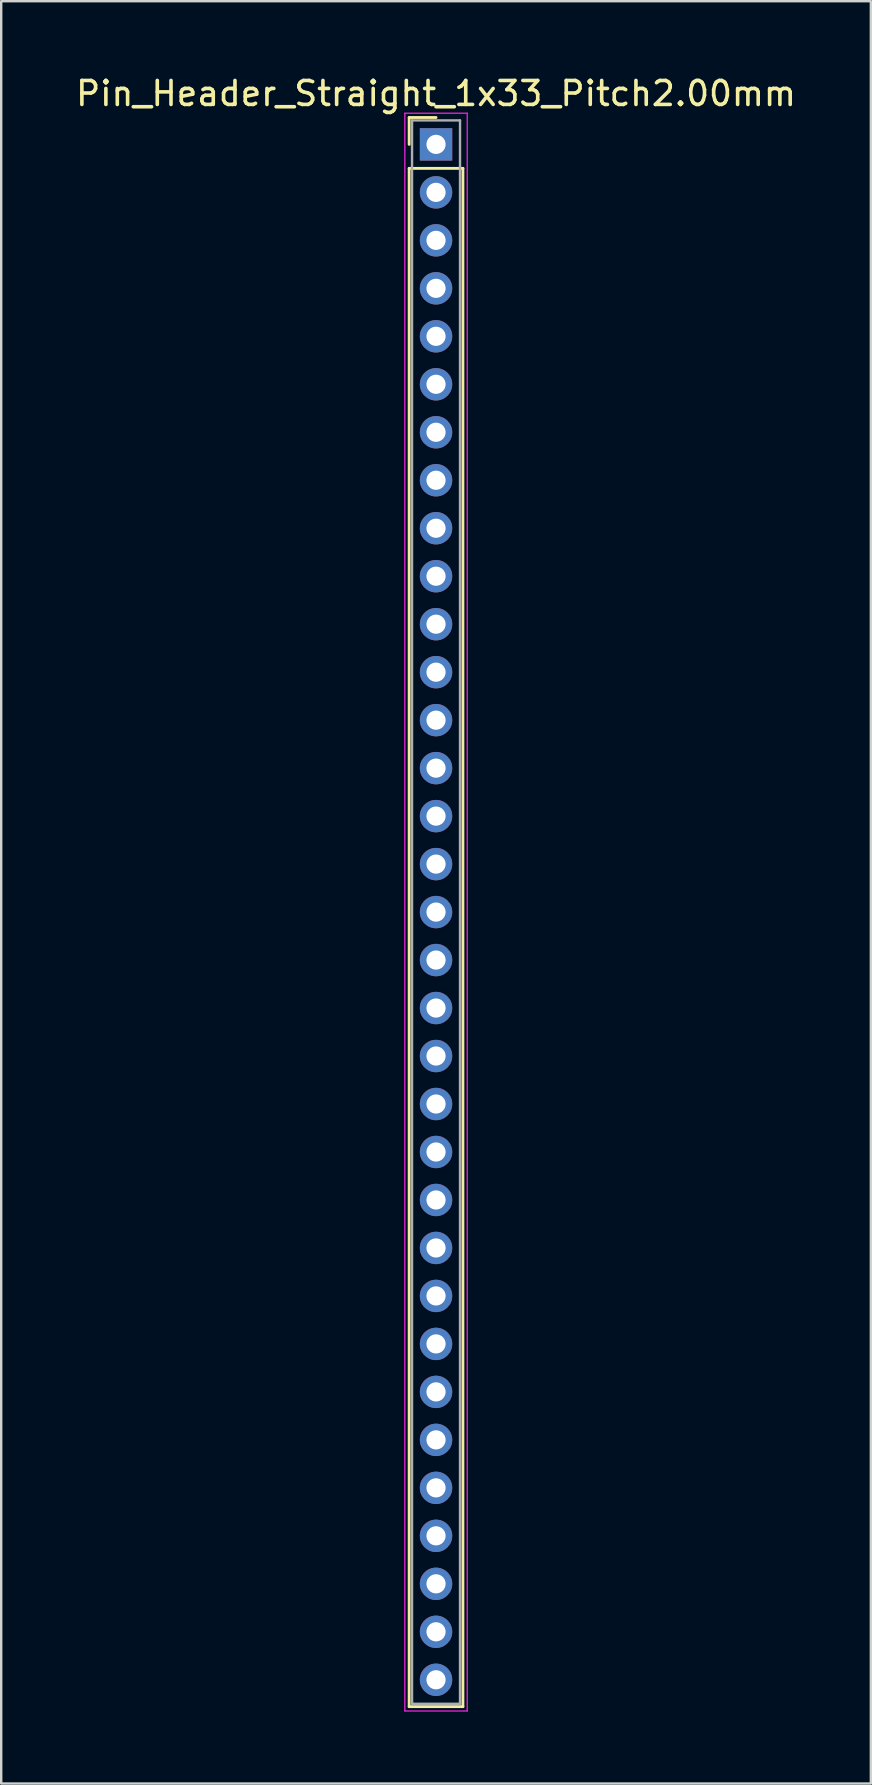
<source format=kicad_pcb>
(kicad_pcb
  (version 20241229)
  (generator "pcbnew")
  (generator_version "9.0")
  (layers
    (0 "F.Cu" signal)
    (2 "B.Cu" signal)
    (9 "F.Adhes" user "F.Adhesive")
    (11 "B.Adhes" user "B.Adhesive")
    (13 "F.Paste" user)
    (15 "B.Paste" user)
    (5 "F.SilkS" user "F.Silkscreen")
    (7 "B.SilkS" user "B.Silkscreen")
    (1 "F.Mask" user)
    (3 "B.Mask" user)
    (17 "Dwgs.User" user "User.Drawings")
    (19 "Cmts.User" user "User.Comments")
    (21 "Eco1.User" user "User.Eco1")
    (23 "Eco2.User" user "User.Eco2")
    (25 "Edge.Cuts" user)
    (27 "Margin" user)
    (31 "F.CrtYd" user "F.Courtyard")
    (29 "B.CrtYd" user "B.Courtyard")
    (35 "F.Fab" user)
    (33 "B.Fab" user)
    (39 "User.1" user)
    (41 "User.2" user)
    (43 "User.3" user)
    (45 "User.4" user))
  (footprint "Pin_Header_Straight_1x33_Pitch2.00mm"
    (layer "F.Cu")
    (at 15.125 2.968)
    (property "Reference" "Pin_Header_Straight_1x33_Pitch2.00mm" (at 0 -2.12 0) (layer "F.SilkS") (effects (font (size 1 1) (thickness 0.15))))
    (attr through_hole)
    (fp_line (start -1.12 -1.12) (end 0 -1.12) (stroke (width 0.12) (type solid)) (layer "F.SilkS"))
    (fp_line (start -1.12 0) (end -1.12 -1.12) (stroke (width 0.12) (type solid)) (layer "F.SilkS"))
    (fp_line (start -1.12 1) (end -1.12 65.12) (stroke (width 0.12) (type solid)) (layer "F.SilkS"))
    (fp_line (start -1.12 65.12) (end 1.12 65.12) (stroke (width 0.12) (type solid)) (layer "F.SilkS"))
    (fp_line (start 1.12 1) (end -1.12 1) (stroke (width 0.12) (type solid)) (layer "F.SilkS"))
    (fp_line (start 1.12 65.12) (end 1.12 1) (stroke (width 0.12) (type solid)) (layer "F.SilkS"))
    (fp_line (start -1.3 -1.3) (end -1.3 65.3) (stroke (width 0.05) (type solid)) (layer "F.CrtYd"))
    (fp_line (start -1.3 65.3) (end 1.3 65.3) (stroke (width 0.05) (type solid)) (layer "F.CrtYd"))
    (fp_line (start 1.3 -1.3) (end -1.3 -1.3) (stroke (width 0.05) (type solid)) (layer "F.CrtYd"))
    (fp_line (start 1.3 65.3) (end 1.3 -1.3) (stroke (width 0.05) (type solid)) (layer "F.CrtYd"))
    (fp_line (start -1 -1) (end -1 65) (stroke (width 0.1) (type solid)) (layer "F.Fab"))
    (fp_line (start -1 65) (end 1 65) (stroke (width 0.1) (type solid)) (layer "F.Fab"))
    (fp_line (start 1 -1) (end -1 -1) (stroke (width 0.1) (type solid)) (layer "F.Fab"))
    (fp_line (start 1 65) (end 1 -1) (stroke (width 0.1) (type solid)) (layer "F.Fab"))
    (pad "1" thru_hole rect (at 0 0) (size 1.35 1.35) (drill 0.8) (layers "*.Cu" "*.Mask"))
    (pad "2" thru_hole oval (at 0 2) (size 1.35 1.35) (drill 0.8) (layers "*.Cu" "*.Mask"))
    (pad "3" thru_hole oval (at 0 4) (size 1.35 1.35) (drill 0.8) (layers "*.Cu" "*.Mask"))
    (pad "4" thru_hole oval (at 0 6) (size 1.35 1.35) (drill 0.8) (layers "*.Cu" "*.Mask"))
    (pad "5" thru_hole oval (at 0 8) (size 1.35 1.35) (drill 0.8) (layers "*.Cu" "*.Mask"))
    (pad "6" thru_hole oval (at 0 10) (size 1.35 1.35) (drill 0.8) (layers "*.Cu" "*.Mask"))
    (pad "7" thru_hole oval (at 0 12) (size 1.35 1.35) (drill 0.8) (layers "*.Cu" "*.Mask"))
    (pad "8" thru_hole oval (at 0 14) (size 1.35 1.35) (drill 0.8) (layers "*.Cu" "*.Mask"))
    (pad "9" thru_hole oval (at 0 16) (size 1.35 1.35) (drill 0.8) (layers "*.Cu" "*.Mask"))
    (pad "10" thru_hole oval (at 0 18) (size 1.35 1.35) (drill 0.8) (layers "*.Cu" "*.Mask"))
    (pad "11" thru_hole oval (at 0 20) (size 1.35 1.35) (drill 0.8) (layers "*.Cu" "*.Mask"))
    (pad "12" thru_hole oval (at 0 22) (size 1.35 1.35) (drill 0.8) (layers "*.Cu" "*.Mask"))
    (pad "13" thru_hole oval (at 0 24) (size 1.35 1.35) (drill 0.8) (layers "*.Cu" "*.Mask"))
    (pad "14" thru_hole oval (at 0 26) (size 1.35 1.35) (drill 0.8) (layers "*.Cu" "*.Mask"))
    (pad "15" thru_hole oval (at 0 28) (size 1.35 1.35) (drill 0.8) (layers "*.Cu" "*.Mask"))
    (pad "16" thru_hole oval (at 0 30) (size 1.35 1.35) (drill 0.8) (layers "*.Cu" "*.Mask"))
    (pad "17" thru_hole oval (at 0 32) (size 1.35 1.35) (drill 0.8) (layers "*.Cu" "*.Mask"))
    (pad "18" thru_hole oval (at 0 34) (size 1.35 1.35) (drill 0.8) (layers "*.Cu" "*.Mask"))
    (pad "19" thru_hole oval (at 0 36) (size 1.35 1.35) (drill 0.8) (layers "*.Cu" "*.Mask"))
    (pad "20" thru_hole oval (at 0 38) (size 1.35 1.35) (drill 0.8) (layers "*.Cu" "*.Mask"))
    (pad "21" thru_hole oval (at 0 40) (size 1.35 1.35) (drill 0.8) (layers "*.Cu" "*.Mask"))
    (pad "22" thru_hole oval (at 0 42) (size 1.35 1.35) (drill 0.8) (layers "*.Cu" "*.Mask"))
    (pad "23" thru_hole oval (at 0 44) (size 1.35 1.35) (drill 0.8) (layers "*.Cu" "*.Mask"))
    (pad "24" thru_hole oval (at 0 46) (size 1.35 1.35) (drill 0.8) (layers "*.Cu" "*.Mask"))
    (pad "25" thru_hole oval (at 0 48) (size 1.35 1.35) (drill 0.8) (layers "*.Cu" "*.Mask"))
    (pad "26" thru_hole oval (at 0 50) (size 1.35 1.35) (drill 0.8) (layers "*.Cu" "*.Mask"))
    (pad "27" thru_hole oval (at 0 52) (size 1.35 1.35) (drill 0.8) (layers "*.Cu" "*.Mask"))
    (pad "28" thru_hole oval (at 0 54) (size 1.35 1.35) (drill 0.8) (layers "*.Cu" "*.Mask"))
    (pad "29" thru_hole oval (at 0 56) (size 1.35 1.35) (drill 0.8) (layers "*.Cu" "*.Mask"))
    (pad "30" thru_hole oval (at 0 58) (size 1.35 1.35) (drill 0.8) (layers "*.Cu" "*.Mask"))
    (pad "31" thru_hole oval (at 0 60) (size 1.35 1.35) (drill 0.8) (layers "*.Cu" "*.Mask"))
    (pad "32" thru_hole oval (at 0 62) (size 1.35 1.35) (drill 0.8) (layers "*.Cu" "*.Mask"))
    (pad "33" thru_hole oval (at 0 64) (size 1.35 1.35) (drill 0.8) (layers "*.Cu" "*.Mask")))
  (gr_rect
    (start -3 -3)
    (end 33.25 71.293)
    (stroke (width 0.1) (type default))
    (fill no)
    (layer "Edge.Cuts")))
</source>
